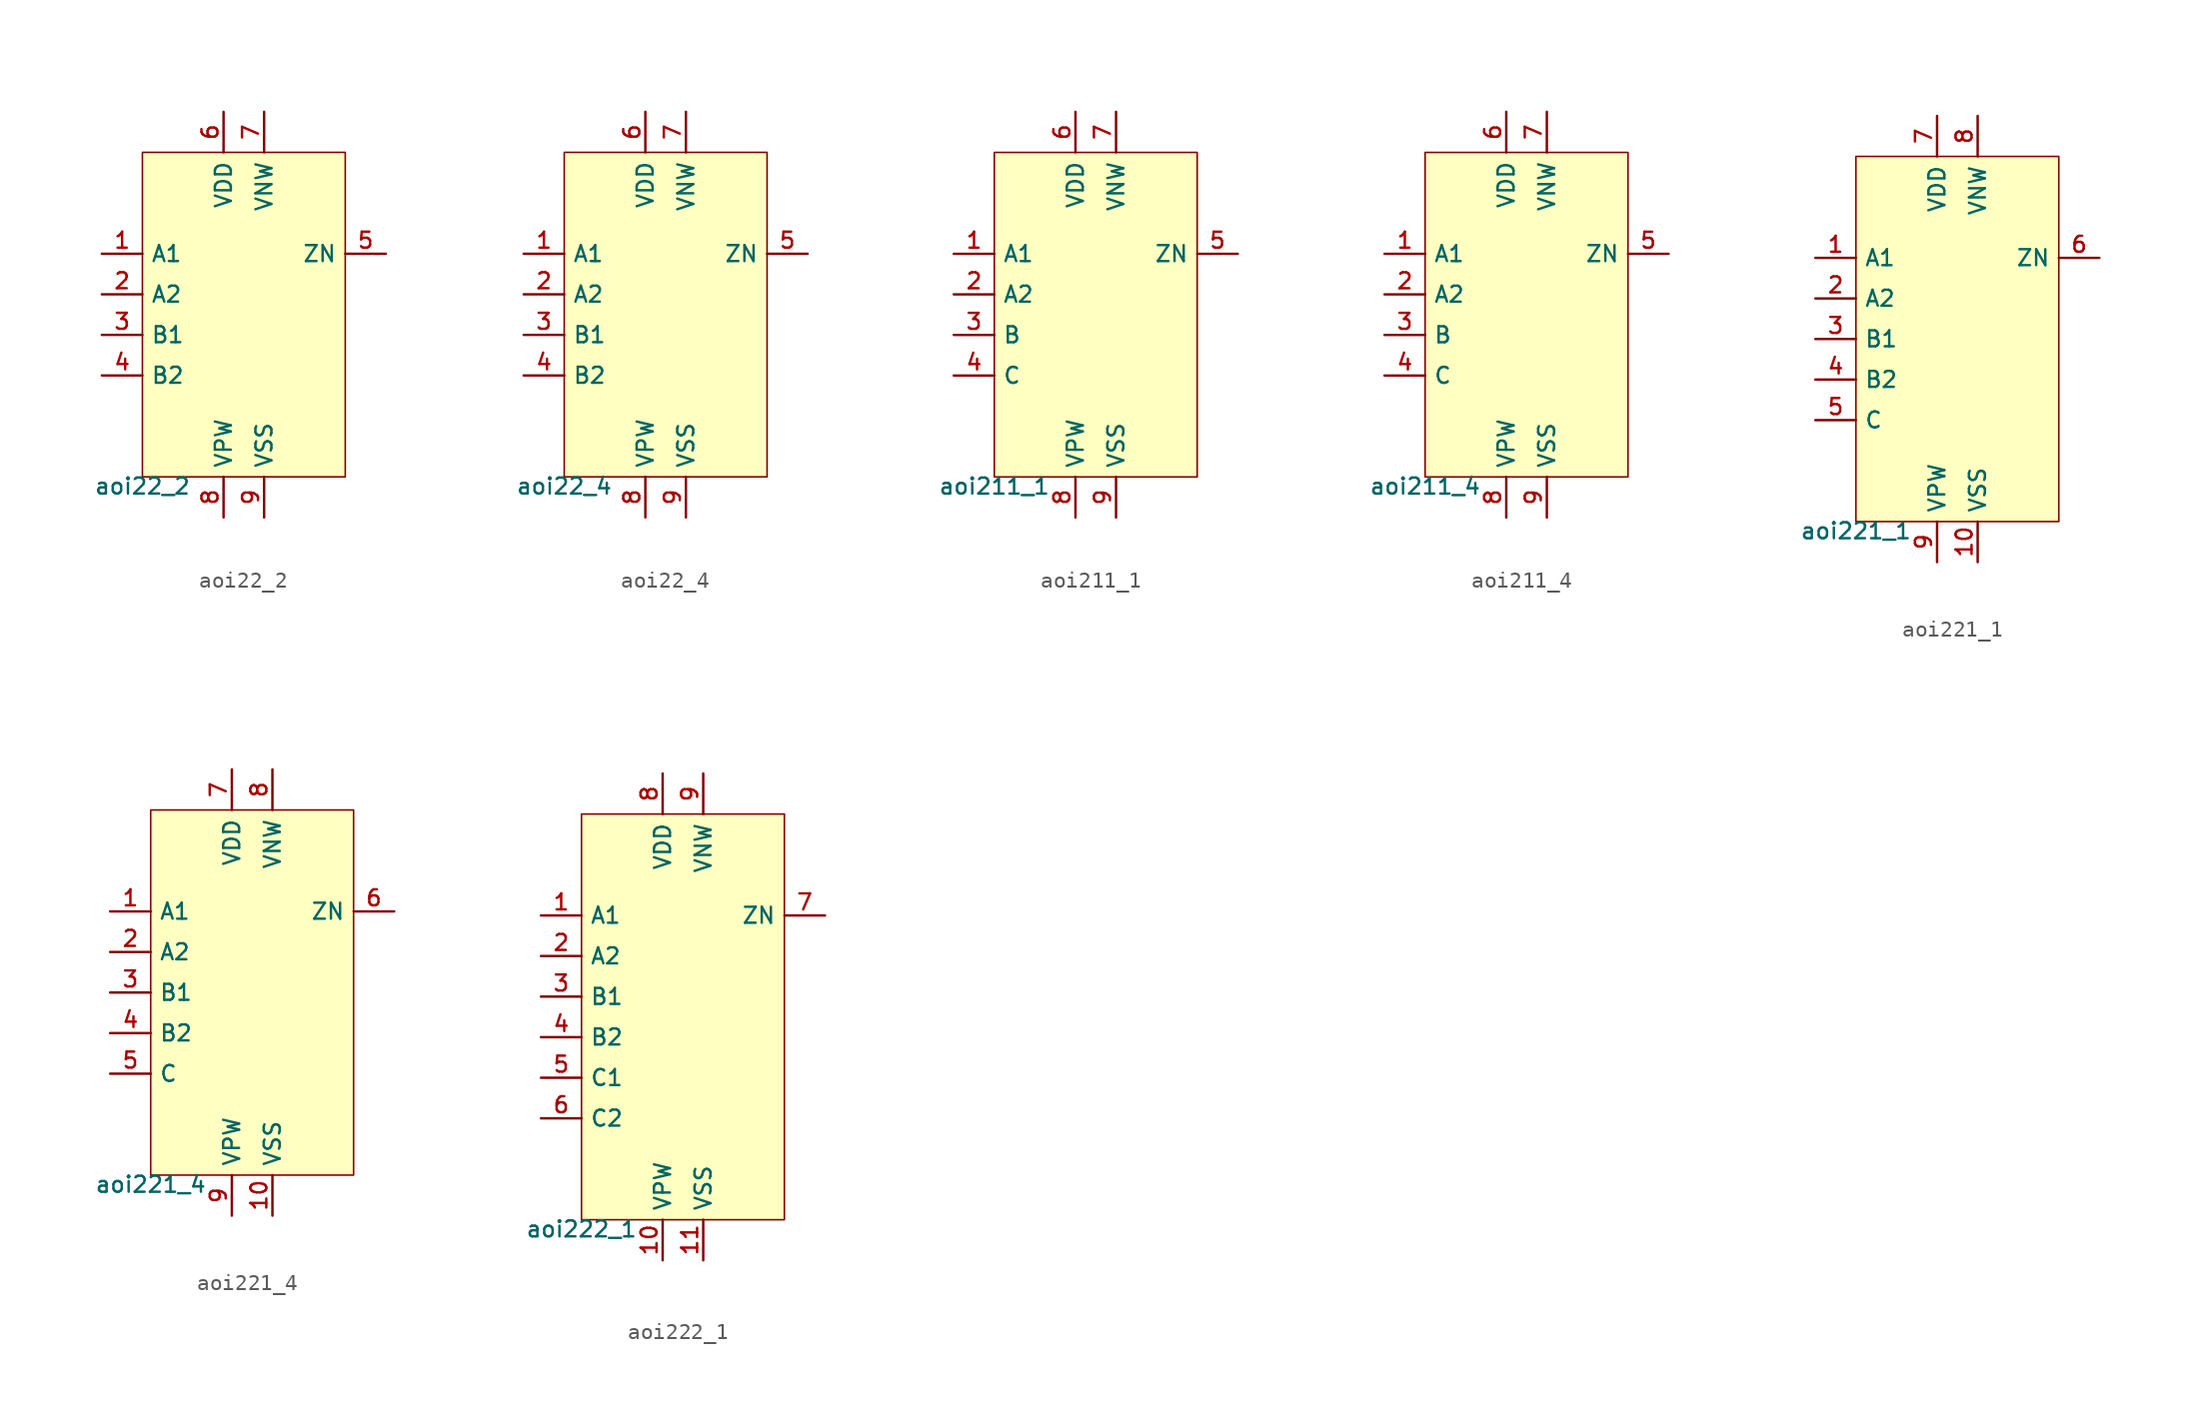
<source format=kicad_sym>
(kicad_symbol_lib
  (version 20211014)
  (generator pdk2kicad)
  (symbol "aoi22_2"
    (property "Reference" "X"
      (at 0 0 0)
      (effects (font (size 1 1)) hide))
    (property "Value" "aoi22_2"
      (at -6.35 -10.16 0)
      (effects (font (size 1 1)) (justify top)))
    (rectangle
      (start -6.35 -10.16)
      (end 6.35 10.16)
      (stroke (width 0.1) (type solid) (color 0 0 0 0))
      (fill (type background)))
    (pin input line
      (at -8.89 3.81 0)
      (length 2.54)
      (name "A1" (effects (font (size 1 1)) hide))
      (number "1" (effects (font (size 1 1)) hide)))
    (pin input line
      (at -8.89 1.27 0)
      (length 2.54)
      (name "A2" (effects (font (size 1 1)) hide))
      (number "2" (effects (font (size 1 1)) hide)))
    (pin input line
      (at -8.89 -1.27 0)
      (length 2.54)
      (name "B1" (effects (font (size 1 1)) hide))
      (number "3" (effects (font (size 1 1)) hide)))
    (pin input line
      (at -8.89 -3.81 0)
      (length 2.54)
      (name "B2" (effects (font (size 1 1)) hide))
      (number "4" (effects (font (size 1 1)) hide)))
    (pin output line
      (at 8.89 3.81 180)
      (length 2.54)
      (name "ZN" (effects (font (size 1 1)) hide))
      (number "5" (effects (font (size 1 1)) hide)))
    (pin power_in line
      (at -1.27 12.7 270)
      (length 2.54)
      (name "VDD" (effects (font (size 1 1)) hide))
      (number "6" (effects (font (size 1 1)) hide)))
    (pin power_in line
      (at 1.27 12.7 270)
      (length 2.54)
      (name "VNW" (effects (font (size 1 1)) hide))
      (number "7" (effects (font (size 1 1)) hide)))
    (pin power_in line
      (at -1.27 -12.7 90)
      (length 2.54)
      (name "VPW" (effects (font (size 1 1)) hide))
      (number "8" (effects (font (size 1 1)) hide)))
    (pin power_in line
      (at 1.27 -12.7 90)
      (length 2.54)
      (name "VSS" (effects (font (size 1 1)) hide))
      (number "9" (effects (font (size 1 1)) hide))))
  (symbol "aoi22_4"
    (property "Reference" "X"
      (at 0 0 0)
      (effects (font (size 1 1)) hide))
    (property "Value" "aoi22_4"
      (at -6.35 -10.16 0)
      (effects (font (size 1 1)) (justify top)))
    (rectangle
      (start -6.35 -10.16)
      (end 6.35 10.16)
      (stroke (width 0.1) (type solid) (color 0 0 0 0))
      (fill (type background)))
    (pin input line
      (at -8.89 3.81 0)
      (length 2.54)
      (name "A1" (effects (font (size 1 1)) hide))
      (number "1" (effects (font (size 1 1)) hide)))
    (pin input line
      (at -8.89 1.27 0)
      (length 2.54)
      (name "A2" (effects (font (size 1 1)) hide))
      (number "2" (effects (font (size 1 1)) hide)))
    (pin input line
      (at -8.89 -1.27 0)
      (length 2.54)
      (name "B1" (effects (font (size 1 1)) hide))
      (number "3" (effects (font (size 1 1)) hide)))
    (pin input line
      (at -8.89 -3.81 0)
      (length 2.54)
      (name "B2" (effects (font (size 1 1)) hide))
      (number "4" (effects (font (size 1 1)) hide)))
    (pin output line
      (at 8.89 3.81 180)
      (length 2.54)
      (name "ZN" (effects (font (size 1 1)) hide))
      (number "5" (effects (font (size 1 1)) hide)))
    (pin power_in line
      (at -1.27 12.7 270)
      (length 2.54)
      (name "VDD" (effects (font (size 1 1)) hide))
      (number "6" (effects (font (size 1 1)) hide)))
    (pin power_in line
      (at 1.27 12.7 270)
      (length 2.54)
      (name "VNW" (effects (font (size 1 1)) hide))
      (number "7" (effects (font (size 1 1)) hide)))
    (pin power_in line
      (at -1.27 -12.7 90)
      (length 2.54)
      (name "VPW" (effects (font (size 1 1)) hide))
      (number "8" (effects (font (size 1 1)) hide)))
    (pin power_in line
      (at 1.27 -12.7 90)
      (length 2.54)
      (name "VSS" (effects (font (size 1 1)) hide))
      (number "9" (effects (font (size 1 1)) hide))))
  (symbol "aoi211_1"
    (property "Reference" "X"
      (at 0 0 0)
      (effects (font (size 1 1)) hide))
    (property "Value" "aoi211_1"
      (at -6.35 -10.16 0)
      (effects (font (size 1 1)) (justify top)))
    (rectangle
      (start -6.35 -10.16)
      (end 6.35 10.16)
      (stroke (width 0.1) (type solid) (color 0 0 0 0))
      (fill (type background)))
    (pin input line
      (at -8.89 3.81 0)
      (length 2.54)
      (name "A1" (effects (font (size 1 1)) hide))
      (number "1" (effects (font (size 1 1)) hide)))
    (pin input line
      (at -8.89 1.27 0)
      (length 2.54)
      (name "A2" (effects (font (size 1 1)) hide))
      (number "2" (effects (font (size 1 1)) hide)))
    (pin input line
      (at -8.89 -1.27 0)
      (length 2.54)
      (name "B" (effects (font (size 1 1)) hide))
      (number "3" (effects (font (size 1 1)) hide)))
    (pin input line
      (at -8.89 -3.81 0)
      (length 2.54)
      (name "C" (effects (font (size 1 1)) hide))
      (number "4" (effects (font (size 1 1)) hide)))
    (pin output line
      (at 8.89 3.81 180)
      (length 2.54)
      (name "ZN" (effects (font (size 1 1)) hide))
      (number "5" (effects (font (size 1 1)) hide)))
    (pin power_in line
      (at -1.27 12.7 270)
      (length 2.54)
      (name "VDD" (effects (font (size 1 1)) hide))
      (number "6" (effects (font (size 1 1)) hide)))
    (pin power_in line
      (at 1.27 12.7 270)
      (length 2.54)
      (name "VNW" (effects (font (size 1 1)) hide))
      (number "7" (effects (font (size 1 1)) hide)))
    (pin power_in line
      (at -1.27 -12.7 90)
      (length 2.54)
      (name "VPW" (effects (font (size 1 1)) hide))
      (number "8" (effects (font (size 1 1)) hide)))
    (pin power_in line
      (at 1.27 -12.7 90)
      (length 2.54)
      (name "VSS" (effects (font (size 1 1)) hide))
      (number "9" (effects (font (size 1 1)) hide))))
  (symbol "aoi211_4"
    (property "Reference" "X"
      (at 0 0 0)
      (effects (font (size 1 1)) hide))
    (property "Value" "aoi211_4"
      (at -6.35 -10.16 0)
      (effects (font (size 1 1)) (justify top)))
    (rectangle
      (start -6.35 -10.16)
      (end 6.35 10.16)
      (stroke (width 0.1) (type solid) (color 0 0 0 0))
      (fill (type background)))
    (pin input line
      (at -8.89 3.81 0)
      (length 2.54)
      (name "A1" (effects (font (size 1 1)) hide))
      (number "1" (effects (font (size 1 1)) hide)))
    (pin input line
      (at -8.89 1.27 0)
      (length 2.54)
      (name "A2" (effects (font (size 1 1)) hide))
      (number "2" (effects (font (size 1 1)) hide)))
    (pin input line
      (at -8.89 -1.27 0)
      (length 2.54)
      (name "B" (effects (font (size 1 1)) hide))
      (number "3" (effects (font (size 1 1)) hide)))
    (pin input line
      (at -8.89 -3.81 0)
      (length 2.54)
      (name "C" (effects (font (size 1 1)) hide))
      (number "4" (effects (font (size 1 1)) hide)))
    (pin output line
      (at 8.89 3.81 180)
      (length 2.54)
      (name "ZN" (effects (font (size 1 1)) hide))
      (number "5" (effects (font (size 1 1)) hide)))
    (pin power_in line
      (at -1.27 12.7 270)
      (length 2.54)
      (name "VDD" (effects (font (size 1 1)) hide))
      (number "6" (effects (font (size 1 1)) hide)))
    (pin power_in line
      (at 1.27 12.7 270)
      (length 2.54)
      (name "VNW" (effects (font (size 1 1)) hide))
      (number "7" (effects (font (size 1 1)) hide)))
    (pin power_in line
      (at -1.27 -12.7 90)
      (length 2.54)
      (name "VPW" (effects (font (size 1 1)) hide))
      (number "8" (effects (font (size 1 1)) hide)))
    (pin power_in line
      (at 1.27 -12.7 90)
      (length 2.54)
      (name "VSS" (effects (font (size 1 1)) hide))
      (number "9" (effects (font (size 1 1)) hide))))
  (symbol "aoi221_1"
    (property "Reference" "X"
      (at 0 0 0)
      (effects (font (size 1 1)) hide))
    (property "Value" "aoi221_1"
      (at -6.35 -11.43 0)
      (effects (font (size 1 1)) (justify top)))
    (rectangle
      (start -6.35 -11.43)
      (end 6.35 11.43)
      (stroke (width 0.1) (type solid) (color 0 0 0 0))
      (fill (type background)))
    (pin input line
      (at -8.89 5.08 0)
      (length 2.54)
      (name "A1" (effects (font (size 1 1)) hide))
      (number "1" (effects (font (size 1 1)) hide)))
    (pin input line
      (at -8.89 2.54 0)
      (length 2.54)
      (name "A2" (effects (font (size 1 1)) hide))
      (number "2" (effects (font (size 1 1)) hide)))
    (pin input line
      (at -8.89 -4.440892098500626e-16 0)
      (length 2.54)
      (name "B1" (effects (font (size 1 1)) hide))
      (number "3" (effects (font (size 1 1)) hide)))
    (pin input line
      (at -8.89 -2.54 0)
      (length 2.54)
      (name "B2" (effects (font (size 1 1)) hide))
      (number "4" (effects (font (size 1 1)) hide)))
    (pin input line
      (at -8.89 -5.08 0)
      (length 2.54)
      (name "C" (effects (font (size 1 1)) hide))
      (number "5" (effects (font (size 1 1)) hide)))
    (pin output line
      (at 8.89 5.08 180)
      (length 2.54)
      (name "ZN" (effects (font (size 1 1)) hide))
      (number "6" (effects (font (size 1 1)) hide)))
    (pin power_in line
      (at -1.27 13.97 270)
      (length 2.54)
      (name "VDD" (effects (font (size 1 1)) hide))
      (number "7" (effects (font (size 1 1)) hide)))
    (pin power_in line
      (at 1.27 13.97 270)
      (length 2.54)
      (name "VNW" (effects (font (size 1 1)) hide))
      (number "8" (effects (font (size 1 1)) hide)))
    (pin power_in line
      (at -1.27 -13.97 90)
      (length 2.54)
      (name "VPW" (effects (font (size 1 1)) hide))
      (number "9" (effects (font (size 1 1)) hide)))
    (pin power_in line
      (at 1.27 -13.97 90)
      (length 2.54)
      (name "VSS" (effects (font (size 1 1)) hide))
      (number "10" (effects (font (size 1 1)) hide))))
  (symbol "aoi221_4"
    (property "Reference" "X"
      (at 0 0 0)
      (effects (font (size 1 1)) hide))
    (property "Value" "aoi221_4"
      (at -6.35 -11.43 0)
      (effects (font (size 1 1)) (justify top)))
    (rectangle
      (start -6.35 -11.43)
      (end 6.35 11.43)
      (stroke (width 0.1) (type solid) (color 0 0 0 0))
      (fill (type background)))
    (pin input line
      (at -8.89 5.08 0)
      (length 2.54)
      (name "A1" (effects (font (size 1 1)) hide))
      (number "1" (effects (font (size 1 1)) hide)))
    (pin input line
      (at -8.89 2.54 0)
      (length 2.54)
      (name "A2" (effects (font (size 1 1)) hide))
      (number "2" (effects (font (size 1 1)) hide)))
    (pin input line
      (at -8.89 -4.440892098500626e-16 0)
      (length 2.54)
      (name "B1" (effects (font (size 1 1)) hide))
      (number "3" (effects (font (size 1 1)) hide)))
    (pin input line
      (at -8.89 -2.54 0)
      (length 2.54)
      (name "B2" (effects (font (size 1 1)) hide))
      (number "4" (effects (font (size 1 1)) hide)))
    (pin input line
      (at -8.89 -5.08 0)
      (length 2.54)
      (name "C" (effects (font (size 1 1)) hide))
      (number "5" (effects (font (size 1 1)) hide)))
    (pin output line
      (at 8.89 5.08 180)
      (length 2.54)
      (name "ZN" (effects (font (size 1 1)) hide))
      (number "6" (effects (font (size 1 1)) hide)))
    (pin power_in line
      (at -1.27 13.97 270)
      (length 2.54)
      (name "VDD" (effects (font (size 1 1)) hide))
      (number "7" (effects (font (size 1 1)) hide)))
    (pin power_in line
      (at 1.27 13.97 270)
      (length 2.54)
      (name "VNW" (effects (font (size 1 1)) hide))
      (number "8" (effects (font (size 1 1)) hide)))
    (pin power_in line
      (at -1.27 -13.97 90)
      (length 2.54)
      (name "VPW" (effects (font (size 1 1)) hide))
      (number "9" (effects (font (size 1 1)) hide)))
    (pin power_in line
      (at 1.27 -13.97 90)
      (length 2.54)
      (name "VSS" (effects (font (size 1 1)) hide))
      (number "10" (effects (font (size 1 1)) hide))))
  (symbol "aoi222_1"
    (property "Reference" "X"
      (at 0 0 0)
      (effects (font (size 1 1)) hide))
    (property "Value" "aoi222_1"
      (at -6.35 -12.7 0)
      (effects (font (size 1 1)) (justify top)))
    (rectangle
      (start -6.35 -12.7)
      (end 6.35 12.7)
      (stroke (width 0.1) (type solid) (color 0 0 0 0))
      (fill (type background)))
    (pin input line
      (at -8.89 6.35 0)
      (length 2.54)
      (name "A1" (effects (font (size 1 1)) hide))
      (number "1" (effects (font (size 1 1)) hide)))
    (pin input line
      (at -8.89 3.81 0)
      (length 2.54)
      (name "A2" (effects (font (size 1 1)) hide))
      (number "2" (effects (font (size 1 1)) hide)))
    (pin input line
      (at -8.89 1.27 0)
      (length 2.54)
      (name "B1" (effects (font (size 1 1)) hide))
      (number "3" (effects (font (size 1 1)) hide)))
    (pin input line
      (at -8.89 -1.27 0)
      (length 2.54)
      (name "B2" (effects (font (size 1 1)) hide))
      (number "4" (effects (font (size 1 1)) hide)))
    (pin input line
      (at -8.89 -3.81 0)
      (length 2.54)
      (name "C1" (effects (font (size 1 1)) hide))
      (number "5" (effects (font (size 1 1)) hide)))
    (pin input line
      (at -8.89 -6.35 0)
      (length 2.54)
      (name "C2" (effects (font (size 1 1)) hide))
      (number "6" (effects (font (size 1 1)) hide)))
    (pin output line
      (at 8.89 6.35 180)
      (length 2.54)
      (name "ZN" (effects (font (size 1 1)) hide))
      (number "7" (effects (font (size 1 1)) hide)))
    (pin power_in line
      (at -1.27 15.24 270)
      (length 2.54)
      (name "VDD" (effects (font (size 1 1)) hide))
      (number "8" (effects (font (size 1 1)) hide)))
    (pin power_in line
      (at 1.27 15.24 270)
      (length 2.54)
      (name "VNW" (effects (font (size 1 1)) hide))
      (number "9" (effects (font (size 1 1)) hide)))
    (pin power_in line
      (at -1.27 -15.24 90)
      (length 2.54)
      (name "VPW" (effects (font (size 1 1)) hide))
      (number "10" (effects (font (size 1 1)) hide)))
    (pin power_in line
      (at 1.27 -15.24 90)
      (length 2.54)
      (name "VSS" (effects (font (size 1 1)) hide))
      (number "11" (effects (font (size 1 1)) hide)))))
</source>
